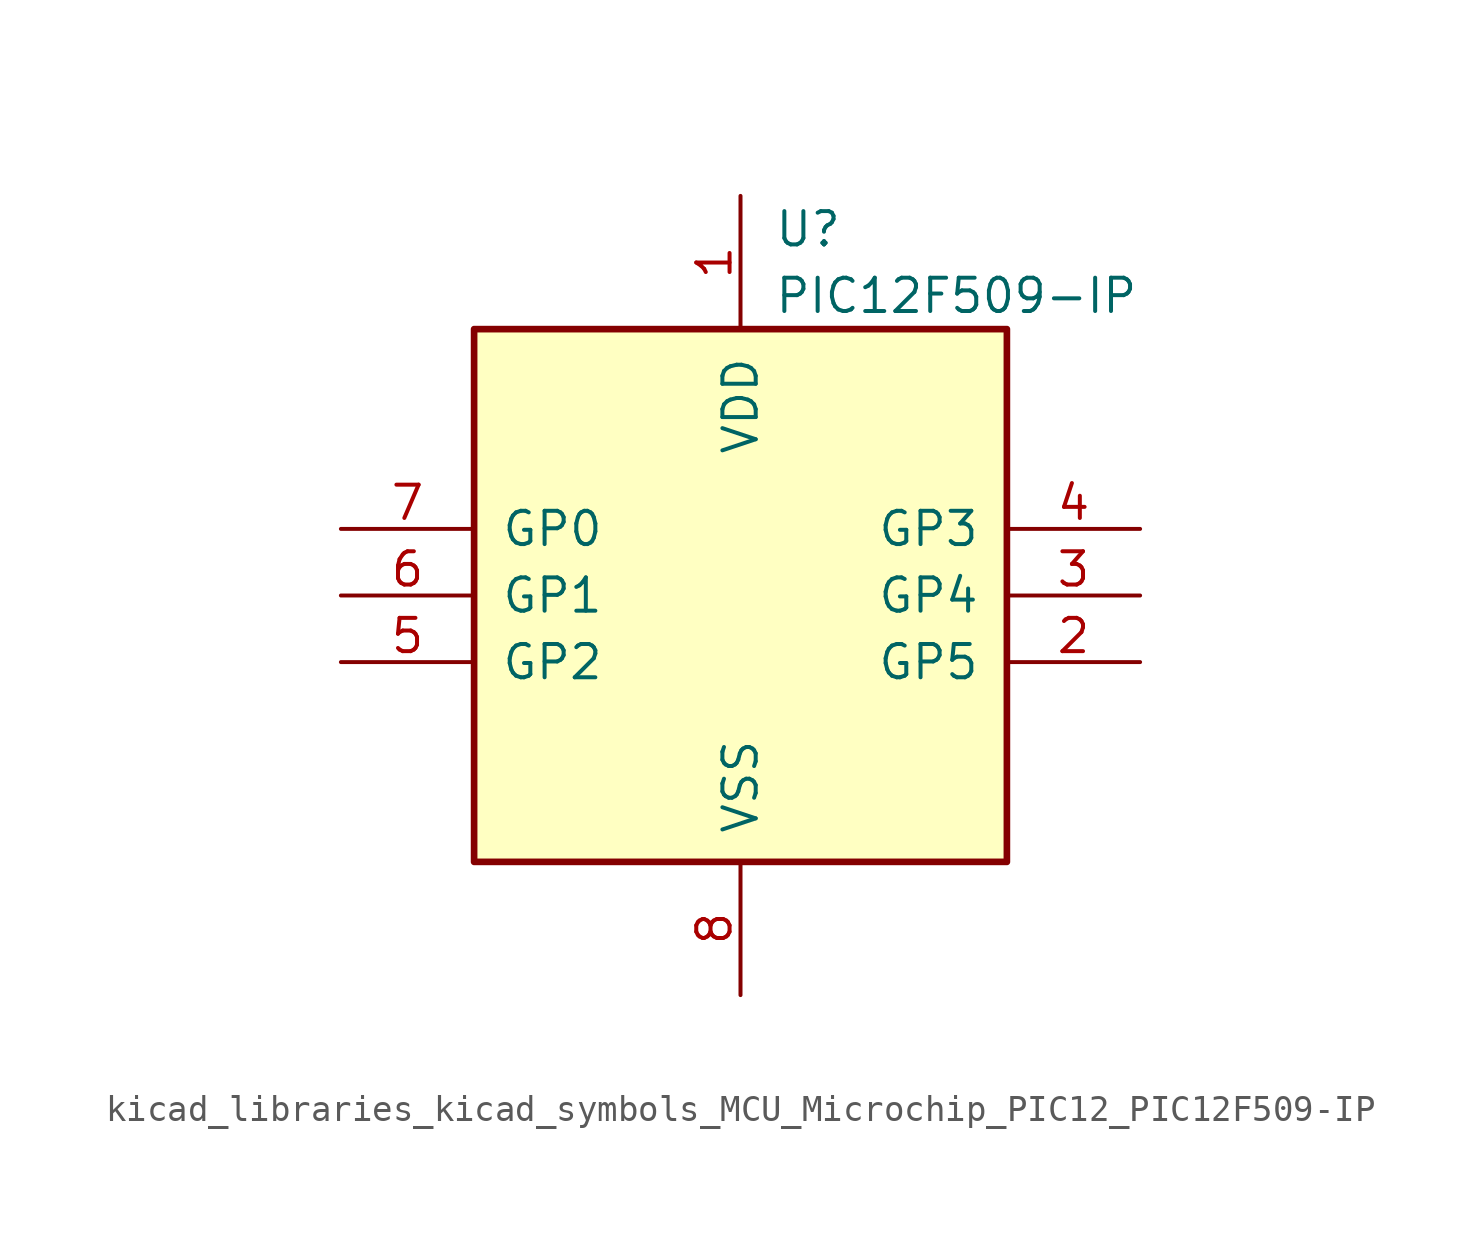
<source format=kicad_sym>
(kicad_symbol_lib
  (version 20220914)
  (generator kicad_symbol_editor)
  (symbol "kicad_libraries_kicad_symbols_MCU_Microchip_PIC12_PIC12F509-IP"
    (pin_names
      (offset 1.016))
    (property "Reference" "U"
      (at 1.27 13.97 0)
      (effects (font (size 1.27 1.27)) (justify left)))
    (property "Value" "PIC12F509-IP"
      (at 1.27 11.43 0)
      (effects (font (size 1.27 1.27)) (justify left)))
    (symbol "kicad_libraries_kicad_symbols_MCU_Microchip_PIC12_PIC12F509-IP_0_1"
      (rectangle (start 10.16 -10.16) (end -10.16 10.16) (stroke (width 0.254) (type default)) (fill (type background))))
    (symbol "kicad_libraries_kicad_symbols_MCU_Microchip_PIC12_PIC12F509-IP_1_1"
      (pin power_in line (at 0 15.24 270) (length 5.08) (name "VDD" (effects (font (size 1.27 1.27)))) (number "1" (effects (font (size 1.27 1.27)))))
      (pin bidirectional line (at 15.24 -2.54 180) (length 5.08) (name "GP5" (effects (font (size 1.27 1.27)))) (number "2" (effects (font (size 1.27 1.27)))))
      (pin bidirectional line (at 15.24 0 180) (length 5.08) (name "GP4" (effects (font (size 1.27 1.27)))) (number "3" (effects (font (size 1.27 1.27)))))
      (pin input line (at 15.24 2.54 180) (length 5.08) (name "GP3" (effects (font (size 1.27 1.27)))) (number "4" (effects (font (size 1.27 1.27)))))
      (pin bidirectional line (at -15.24 -2.54 0) (length 5.08) (name "GP2" (effects (font (size 1.27 1.27)))) (number "5" (effects (font (size 1.27 1.27)))))
      (pin bidirectional line (at -15.24 0 0) (length 5.08) (name "GP1" (effects (font (size 1.27 1.27)))) (number "6" (effects (font (size 1.27 1.27)))))
      (pin bidirectional line (at -15.24 2.54 0) (length 5.08) (name "GP0" (effects (font (size 1.27 1.27)))) (number "7" (effects (font (size 1.27 1.27)))))
      (pin power_in line (at 0 -15.24 90) (length 5.08) (name "VSS" (effects (font (size 1.27 1.27)))) (number "8" (effects (font (size 1.27 1.27))))))))
</source>
